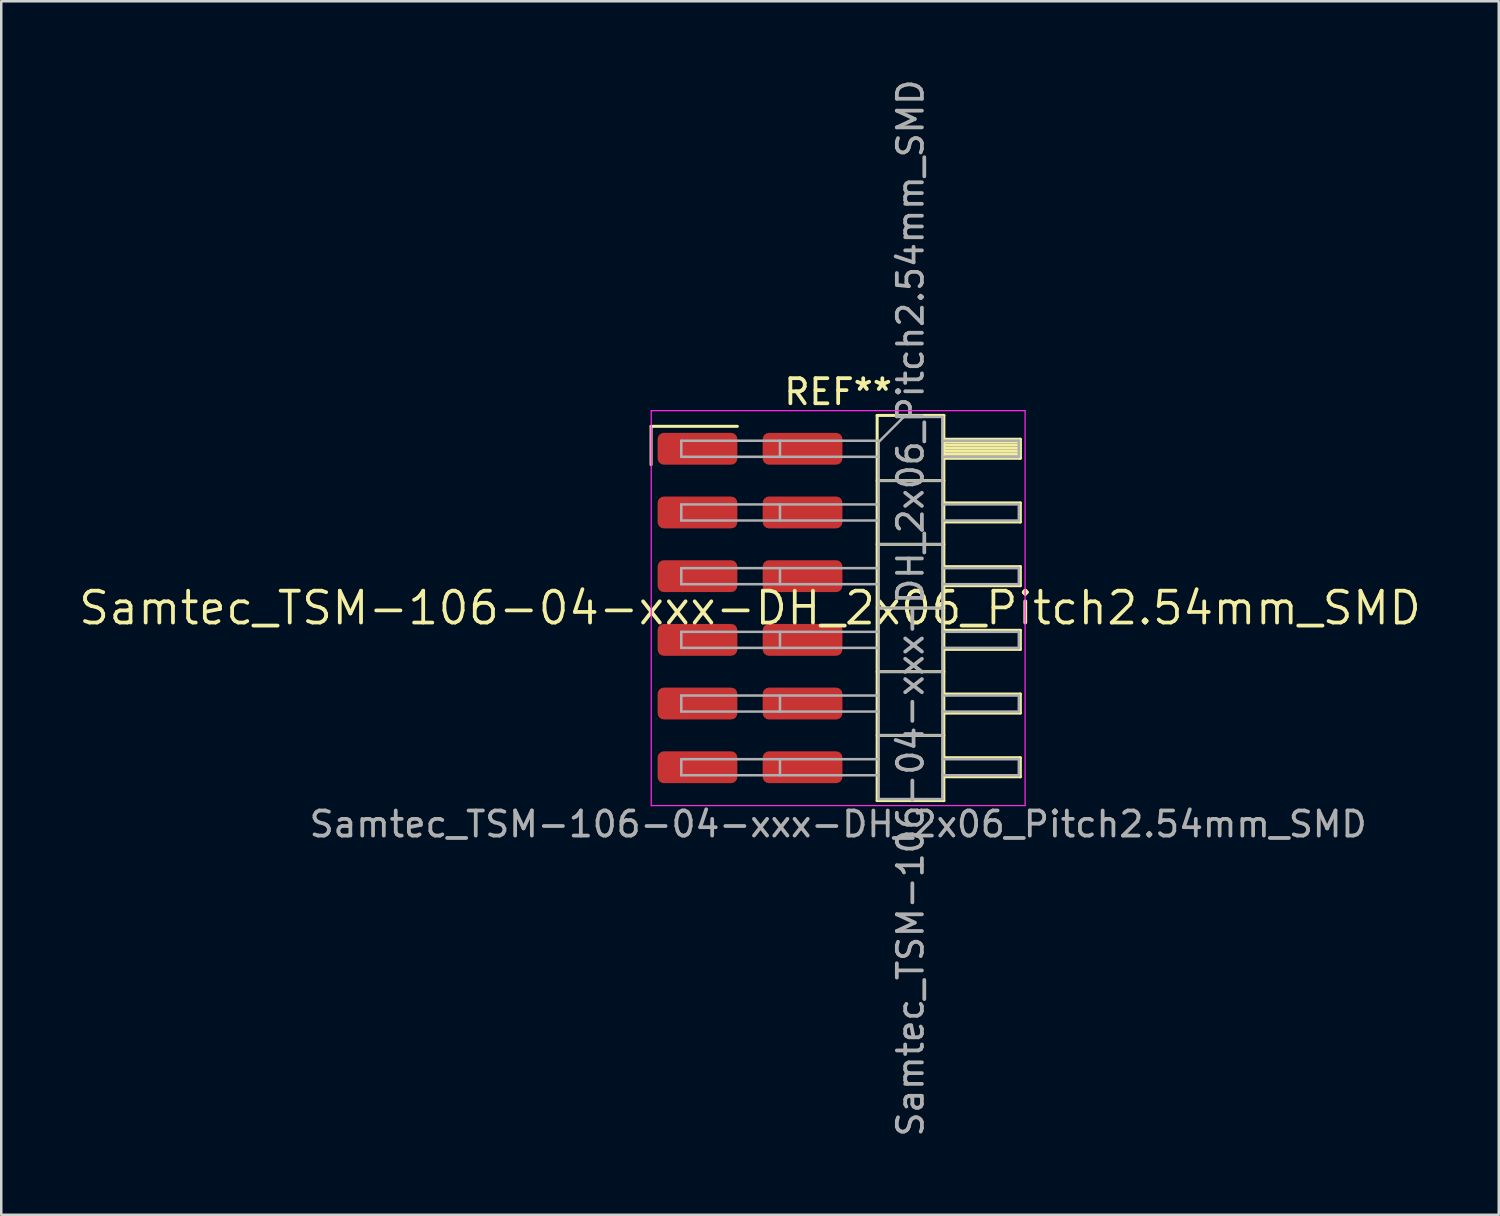
<source format=kicad_pcb>
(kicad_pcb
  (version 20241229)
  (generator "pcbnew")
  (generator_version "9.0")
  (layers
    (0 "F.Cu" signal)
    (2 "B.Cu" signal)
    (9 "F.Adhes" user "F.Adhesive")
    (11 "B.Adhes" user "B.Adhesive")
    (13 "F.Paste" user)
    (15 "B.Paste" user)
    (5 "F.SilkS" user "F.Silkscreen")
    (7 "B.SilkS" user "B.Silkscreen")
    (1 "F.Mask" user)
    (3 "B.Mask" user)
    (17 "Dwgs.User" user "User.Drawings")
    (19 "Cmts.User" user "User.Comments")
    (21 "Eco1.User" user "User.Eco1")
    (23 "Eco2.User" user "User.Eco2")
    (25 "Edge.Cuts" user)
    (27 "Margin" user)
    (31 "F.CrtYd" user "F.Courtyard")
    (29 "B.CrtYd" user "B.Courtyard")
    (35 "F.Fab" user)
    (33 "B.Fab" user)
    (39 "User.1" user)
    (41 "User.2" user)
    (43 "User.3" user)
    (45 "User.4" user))
  (footprint "Samtec_TSM-106-04-xxx-DH_2x06_Pitch2.54mm_SMD"
    (layer "F.Cu")
    (at 26.859 21.196)
    (property "Reference" "Samtec_TSM-106-04-xxx-DH_2x06_Pitch2.54mm_SMD" (at 0 0 0) (layer "F.SilkS") (effects (font (size 1.27 1.27) (thickness 0.15))))
    (attr smd)
    (fp_line (start -3.945 -7.245) (end -0.505 -7.245) (stroke (width 0.12) (type solid)) (layer "F.SilkS"))
    (fp_line (start -3.945 -5.715) (end -3.945 -7.245) (stroke (width 0.12) (type solid)) (layer "F.SilkS"))
    (fp_line (start 5.07 -7.68) (end 7.73 -7.68) (stroke (width 0.12) (type solid)) (layer "F.SilkS"))
    (fp_line (start 5.07 -5.08) (end 7.73 -5.08) (stroke (width 0.12) (type solid)) (layer "F.SilkS"))
    (fp_line (start 5.07 -2.54) (end 7.73 -2.54) (stroke (width 0.12) (type solid)) (layer "F.SilkS"))
    (fp_line (start 5.07 0) (end 7.73 0) (stroke (width 0.12) (type solid)) (layer "F.SilkS"))
    (fp_line (start 5.07 2.54) (end 7.73 2.54) (stroke (width 0.12) (type solid)) (layer "F.SilkS"))
    (fp_line (start 5.07 5.08) (end 7.73 5.08) (stroke (width 0.12) (type solid)) (layer "F.SilkS"))
    (fp_line (start 5.07 7.68) (end 5.07 -7.68) (stroke (width 0.12) (type solid)) (layer "F.SilkS"))
    (fp_line (start 7.73 -7.68) (end 7.73 7.68) (stroke (width 0.12) (type solid)) (layer "F.SilkS"))
    (fp_line (start 7.73 -6.73) (end 10.78 -6.73) (stroke (width 0.12) (type solid)) (layer "F.SilkS"))
    (fp_line (start 7.73 -6.61) (end 10.78 -6.61) (stroke (width 0.12) (type solid)) (layer "F.SilkS"))
    (fp_line (start 7.73 -6.49) (end 10.78 -6.49) (stroke (width 0.12) (type solid)) (layer "F.SilkS"))
    (fp_line (start 7.73 -6.37) (end 10.78 -6.37) (stroke (width 0.12) (type solid)) (layer "F.SilkS"))
    (fp_line (start 7.73 -6.25) (end 10.78 -6.25) (stroke (width 0.12) (type solid)) (layer "F.SilkS"))
    (fp_line (start 7.73 -6.13) (end 10.78 -6.13) (stroke (width 0.12) (type solid)) (layer "F.SilkS"))
    (fp_line (start 7.73 -6.01) (end 10.78 -6.01) (stroke (width 0.12) (type solid)) (layer "F.SilkS"))
    (fp_line (start 7.73 -5.97) (end 10.78 -5.97) (stroke (width 0.12) (type solid)) (layer "F.SilkS"))
    (fp_line (start 7.73 -4.19) (end 10.78 -4.19) (stroke (width 0.12) (type solid)) (layer "F.SilkS"))
    (fp_line (start 7.73 -3.43) (end 10.78 -3.43) (stroke (width 0.12) (type solid)) (layer "F.SilkS"))
    (fp_line (start 7.73 -1.65) (end 10.78 -1.65) (stroke (width 0.12) (type solid)) (layer "F.SilkS"))
    (fp_line (start 7.73 -0.89) (end 10.78 -0.89) (stroke (width 0.12) (type solid)) (layer "F.SilkS"))
    (fp_line (start 7.73 0.89) (end 10.78 0.89) (stroke (width 0.12) (type solid)) (layer "F.SilkS"))
    (fp_line (start 7.73 1.65) (end 10.78 1.65) (stroke (width 0.12) (type solid)) (layer "F.SilkS"))
    (fp_line (start 7.73 3.43) (end 10.78 3.43) (stroke (width 0.12) (type solid)) (layer "F.SilkS"))
    (fp_line (start 7.73 4.19) (end 10.78 4.19) (stroke (width 0.12) (type solid)) (layer "F.SilkS"))
    (fp_line (start 7.73 5.97) (end 10.78 5.97) (stroke (width 0.12) (type solid)) (layer "F.SilkS"))
    (fp_line (start 7.73 6.73) (end 10.78 6.73) (stroke (width 0.12) (type solid)) (layer "F.SilkS"))
    (fp_line (start 7.73 7.68) (end 5.07 7.68) (stroke (width 0.12) (type solid)) (layer "F.SilkS"))
    (fp_line (start 10.78 -6.73) (end 10.78 -5.97) (stroke (width 0.12) (type solid)) (layer "F.SilkS"))
    (fp_line (start 10.78 -4.19) (end 10.78 -3.43) (stroke (width 0.12) (type solid)) (layer "F.SilkS"))
    (fp_line (start 10.78 -1.65) (end 10.78 -0.89) (stroke (width 0.12) (type solid)) (layer "F.SilkS"))
    (fp_line (start 10.78 0.89) (end 10.78 1.65) (stroke (width 0.12) (type solid)) (layer "F.SilkS"))
    (fp_line (start 10.78 3.43) (end 10.78 4.19) (stroke (width 0.12) (type solid)) (layer "F.SilkS"))
    (fp_line (start 10.78 5.97) (end 10.78 6.73) (stroke (width 0.12) (type solid)) (layer "F.SilkS"))
    (fp_line (start -3.94 -7.87) (end 10.97 -7.87) (stroke (width 0.05) (type solid)) (layer "F.CrtYd"))
    (fp_line (start -3.94 7.88) (end -3.94 -7.87) (stroke (width 0.05) (type solid)) (layer "F.CrtYd"))
    (fp_line (start 10.97 -7.87) (end 10.97 7.88) (stroke (width 0.05) (type solid)) (layer "F.CrtYd"))
    (fp_line (start 10.97 7.88) (end -3.94 7.88) (stroke (width 0.05) (type solid)) (layer "F.CrtYd"))
    (fp_line (start -2.74 -6.67) (end -2.74 -6.03) (stroke (width 0.1) (type solid)) (layer "F.Fab"))
    (fp_line (start -2.74 -6.67) (end 5.13 -6.67) (stroke (width 0.1) (type solid)) (layer "F.Fab"))
    (fp_line (start -2.74 -6.03) (end 5.13 -6.03) (stroke (width 0.1) (type solid)) (layer "F.Fab"))
    (fp_line (start -2.74 -4.13) (end -2.74 -3.49) (stroke (width 0.1) (type solid)) (layer "F.Fab"))
    (fp_line (start -2.74 -4.13) (end 5.13 -4.13) (stroke (width 0.1) (type solid)) (layer "F.Fab"))
    (fp_line (start -2.74 -3.49) (end 5.13 -3.49) (stroke (width 0.1) (type solid)) (layer "F.Fab"))
    (fp_line (start -2.74 -1.59) (end -2.74 -0.95) (stroke (width 0.1) (type solid)) (layer "F.Fab"))
    (fp_line (start -2.74 -1.59) (end 5.13 -1.59) (stroke (width 0.1) (type solid)) (layer "F.Fab"))
    (fp_line (start -2.74 -0.95) (end 5.13 -0.95) (stroke (width 0.1) (type solid)) (layer "F.Fab"))
    (fp_line (start -2.74 0.95) (end -2.74 1.59) (stroke (width 0.1) (type solid)) (layer "F.Fab"))
    (fp_line (start -2.74 0.95) (end 5.13 0.95) (stroke (width 0.1) (type solid)) (layer "F.Fab"))
    (fp_line (start -2.74 1.59) (end 5.13 1.59) (stroke (width 0.1) (type solid)) (layer "F.Fab"))
    (fp_line (start -2.74 3.49) (end -2.74 4.13) (stroke (width 0.1) (type solid)) (layer "F.Fab"))
    (fp_line (start -2.74 3.49) (end 5.13 3.49) (stroke (width 0.1) (type solid)) (layer "F.Fab"))
    (fp_line (start -2.74 4.13) (end 5.13 4.13) (stroke (width 0.1) (type solid)) (layer "F.Fab"))
    (fp_line (start -2.74 6.03) (end -2.74 6.67) (stroke (width 0.1) (type solid)) (layer "F.Fab"))
    (fp_line (start -2.74 6.03) (end 5.13 6.03) (stroke (width 0.1) (type solid)) (layer "F.Fab"))
    (fp_line (start -2.74 6.67) (end 5.13 6.67) (stroke (width 0.1) (type solid)) (layer "F.Fab"))
    (fp_line (start 1.195 -6.67) (end 1.195 -6.03) (stroke (width 0.1) (type solid)) (layer "F.Fab"))
    (fp_line (start 1.195 -4.13) (end 1.195 -3.49) (stroke (width 0.1) (type solid)) (layer "F.Fab"))
    (fp_line (start 1.195 -1.59) (end 1.195 -0.95) (stroke (width 0.1) (type solid)) (layer "F.Fab"))
    (fp_line (start 1.195 0.95) (end 1.195 1.59) (stroke (width 0.1) (type solid)) (layer "F.Fab"))
    (fp_line (start 1.195 3.49) (end 1.195 4.13) (stroke (width 0.1) (type solid)) (layer "F.Fab"))
    (fp_line (start 1.195 6.03) (end 1.195 6.67) (stroke (width 0.1) (type solid)) (layer "F.Fab"))
    (fp_line (start 5.13 -6.62) (end 6.13 -7.62) (stroke (width 0.1) (type solid)) (layer "F.Fab"))
    (fp_line (start 5.13 -5.08) (end 7.67 -5.08) (stroke (width 0.1) (type solid)) (layer "F.Fab"))
    (fp_line (start 5.13 -2.54) (end 7.67 -2.54) (stroke (width 0.1) (type solid)) (layer "F.Fab"))
    (fp_line (start 5.13 0) (end 7.67 0) (stroke (width 0.1) (type solid)) (layer "F.Fab"))
    (fp_line (start 5.13 2.54) (end 7.67 2.54) (stroke (width 0.1) (type solid)) (layer "F.Fab"))
    (fp_line (start 5.13 5.08) (end 7.67 5.08) (stroke (width 0.1) (type solid)) (layer "F.Fab"))
    (fp_line (start 5.13 7.62) (end 5.13 -6.62) (stroke (width 0.1) (type solid)) (layer "F.Fab"))
    (fp_line (start 6.13 -7.62) (end 7.67 -7.62) (stroke (width 0.1) (type solid)) (layer "F.Fab"))
    (fp_line (start 7.67 -7.62) (end 7.67 7.62) (stroke (width 0.1) (type solid)) (layer "F.Fab"))
    (fp_line (start 7.67 -6.67) (end 10.72 -6.67) (stroke (width 0.1) (type solid)) (layer "F.Fab"))
    (fp_line (start 7.67 -6.03) (end 10.72 -6.03) (stroke (width 0.1) (type solid)) (layer "F.Fab"))
    (fp_line (start 7.67 -4.13) (end 10.72 -4.13) (stroke (width 0.1) (type solid)) (layer "F.Fab"))
    (fp_line (start 7.67 -3.49) (end 10.72 -3.49) (stroke (width 0.1) (type solid)) (layer "F.Fab"))
    (fp_line (start 7.67 -1.59) (end 10.72 -1.59) (stroke (width 0.1) (type solid)) (layer "F.Fab"))
    (fp_line (start 7.67 -0.95) (end 10.72 -0.95) (stroke (width 0.1) (type solid)) (layer "F.Fab"))
    (fp_line (start 7.67 0.95) (end 10.72 0.95) (stroke (width 0.1) (type solid)) (layer "F.Fab"))
    (fp_line (start 7.67 1.59) (end 10.72 1.59) (stroke (width 0.1) (type solid)) (layer "F.Fab"))
    (fp_line (start 7.67 3.49) (end 10.72 3.49) (stroke (width 0.1) (type solid)) (layer "F.Fab"))
    (fp_line (start 7.67 4.13) (end 10.72 4.13) (stroke (width 0.1) (type solid)) (layer "F.Fab"))
    (fp_line (start 7.67 6.03) (end 10.72 6.03) (stroke (width 0.1) (type solid)) (layer "F.Fab"))
    (fp_line (start 7.67 6.67) (end 10.72 6.67) (stroke (width 0.1) (type solid)) (layer "F.Fab"))
    (fp_line (start 7.67 7.62) (end 5.13 7.62) (stroke (width 0.1) (type solid)) (layer "F.Fab"))
    (fp_line (start 10.72 -6.67) (end 10.72 -6.03) (stroke (width 0.1) (type solid)) (layer "F.Fab"))
    (fp_line (start 10.72 -4.13) (end 10.72 -3.49) (stroke (width 0.1) (type solid)) (layer "F.Fab"))
    (fp_line (start 10.72 -1.59) (end 10.72 -0.95) (stroke (width 0.1) (type solid)) (layer "F.Fab"))
    (fp_line (start 10.72 0.95) (end 10.72 1.59) (stroke (width 0.1) (type solid)) (layer "F.Fab"))
    (fp_line (start 10.72 3.49) (end 10.72 4.13) (stroke (width 0.1) (type solid)) (layer "F.Fab"))
    (fp_line (start 10.72 6.03) (end 10.72 6.67) (stroke (width 0.1) (type solid)) (layer "F.Fab"))
    (fp_text user "REF**" (at 3.515 -8.62 0) (layer "F.SilkS") (effects (font (size 1 1) (thickness 0.15))))
    (fp_text user "Samtec_TSM-106-04-xxx-DH_2x06_Pitch2.54mm_SMD" (at 3.515 8.62 0) (layer "F.Fab") (effects (font (size 1 1) (thickness 0.15))))
    (fp_text user "${REFERENCE}" (at 6.4 0 90) (layer "F.Fab") (effects (font (size 1 1) (thickness 0.15))))
    (pad "1" smd roundrect (at -2.095 -6.35) (size 3.18 1.27) (layers "F.Cu" "F.Mask" "F.Paste") (roundrect_rratio 0.197))
    (pad "2" smd roundrect (at 2.095 -6.35) (size 3.18 1.27) (layers "F.Cu" "F.Mask" "F.Paste") (roundrect_rratio 0.197))
    (pad "3" smd roundrect (at -2.095 -3.81) (size 3.18 1.27) (layers "F.Cu" "F.Mask" "F.Paste") (roundrect_rratio 0.197))
    (pad "4" smd roundrect (at 2.095 -3.81) (size 3.18 1.27) (layers "F.Cu" "F.Mask" "F.Paste") (roundrect_rratio 0.197))
    (pad "5" smd roundrect (at -2.095 -1.27) (size 3.18 1.27) (layers "F.Cu" "F.Mask" "F.Paste") (roundrect_rratio 0.197))
    (pad "6" smd roundrect (at 2.095 -1.27) (size 3.18 1.27) (layers "F.Cu" "F.Mask" "F.Paste") (roundrect_rratio 0.197))
    (pad "7" smd roundrect (at -2.095 1.27) (size 3.18 1.27) (layers "F.Cu" "F.Mask" "F.Paste") (roundrect_rratio 0.197))
    (pad "8" smd roundrect (at 2.095 1.27) (size 3.18 1.27) (layers "F.Cu" "F.Mask" "F.Paste") (roundrect_rratio 0.197))
    (pad "9" smd roundrect (at -2.095 3.81) (size 3.18 1.27) (layers "F.Cu" "F.Mask" "F.Paste") (roundrect_rratio 0.197))
    (pad "10" smd roundrect (at 2.095 3.81) (size 3.18 1.27) (layers "F.Cu" "F.Mask" "F.Paste") (roundrect_rratio 0.197))
    (pad "11" smd roundrect (at -2.095 6.35) (size 3.18 1.27) (layers "F.Cu" "F.Mask" "F.Paste") (roundrect_rratio 0.197))
    (pad "12" smd roundrect (at 2.095 6.35) (size 3.18 1.27) (layers "F.Cu" "F.Mask" "F.Paste") (roundrect_rratio 0.197)))
  (gr_rect
    (start -3 -3)
    (end 56.717 45.393)
    (stroke (width 0.1) (type default))
    (fill no)
    (layer "Edge.Cuts")))
</source>
